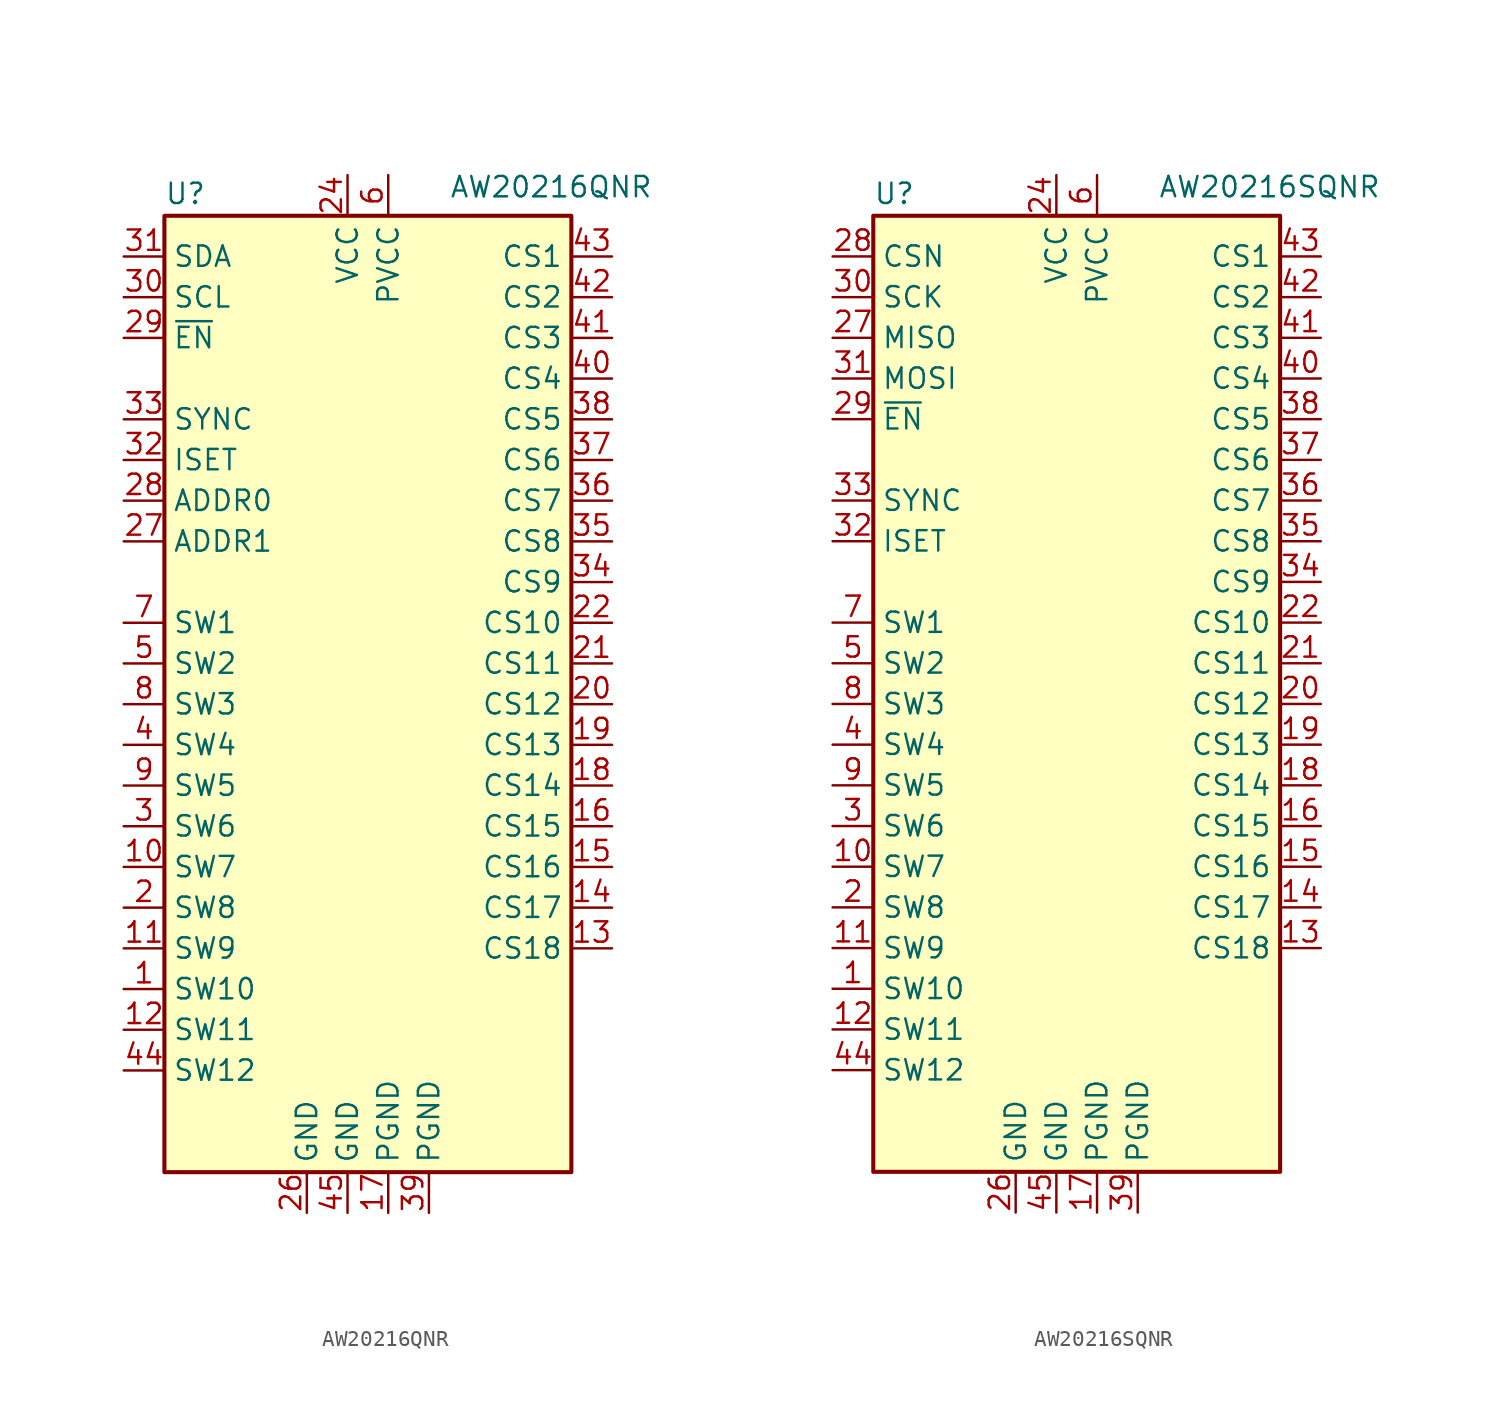
<source format=kicad_sym>
(kicad_symbol_lib
  (version 20231120)
  (generator "kicad_symbol_editor")
  (generator_version "8.0")
  (symbol "AW20216QNR"
    (property "Reference" "U"
      (at -12.7 33.655 0)
      (effects (font (size 1.27 1.27)) (justify left bottom)))
    (property "Value" "AW20216QNR"
      (at 5.08 35.56 0)
      (effects (font (size 1.27 1.27)) (justify left top)))
    (symbol "AW20216QNR_0_1"
      (rectangle (start -12.7 33.02) (end 12.7 -26.67) (stroke (width 0.254) (type default)) (fill (type background))))
    (symbol "AW20216QNR_1_1"
      (pin input line (at -15.24 -15.24 0) (length 2.54) (name "SW10" (effects (font (size 1.27 1.27)))) (number "1" (effects (font (size 1.27 1.27)))))
      (pin input line (at -15.24 -7.62 0) (length 2.54) (name "SW7" (effects (font (size 1.27 1.27)))) (number "10" (effects (font (size 1.27 1.27)))))
      (pin input line (at -15.24 -12.7 0) (length 2.54) (name "SW9" (effects (font (size 1.27 1.27)))) (number "11" (effects (font (size 1.27 1.27)))))
      (pin input line (at -15.24 -17.78 0) (length 2.54) (name "SW11" (effects (font (size 1.27 1.27)))) (number "12" (effects (font (size 1.27 1.27)))))
      (pin output line (at 15.24 -12.7 180) (length 2.54) (name "CS18" (effects (font (size 1.27 1.27)))) (number "13" (effects (font (size 1.27 1.27)))))
      (pin output line (at 15.24 -10.16 180) (length 2.54) (name "CS17" (effects (font (size 1.27 1.27)))) (number "14" (effects (font (size 1.27 1.27)))))
      (pin output line (at 15.24 -7.62 180) (length 2.54) (name "CS16" (effects (font (size 1.27 1.27)))) (number "15" (effects (font (size 1.27 1.27)))))
      (pin output line (at 15.24 -5.08 180) (length 2.54) (name "CS15" (effects (font (size 1.27 1.27)))) (number "16" (effects (font (size 1.27 1.27)))))
      (pin power_in line (at 1.27 -29.21 90) (length 2.54) (name "PGND" (effects (font (size 1.27 1.27)))) (number "17" (effects (font (size 1.27 1.27)))))
      (pin output line (at 15.24 -2.54 180) (length 2.54) (name "CS14" (effects (font (size 1.27 1.27)))) (number "18" (effects (font (size 1.27 1.27)))))
      (pin output line (at 15.24 0 180) (length 2.54) (name "CS13" (effects (font (size 1.27 1.27)))) (number "19" (effects (font (size 1.27 1.27)))))
      (pin input line (at -15.24 -10.16 0) (length 2.54) (name "SW8" (effects (font (size 1.27 1.27)))) (number "2" (effects (font (size 1.27 1.27)))))
      (pin output line (at 15.24 2.54 180) (length 2.54) (name "CS12" (effects (font (size 1.27 1.27)))) (number "20" (effects (font (size 1.27 1.27)))))
      (pin output line (at 15.24 5.08 180) (length 2.54) (name "CS11" (effects (font (size 1.27 1.27)))) (number "21" (effects (font (size 1.27 1.27)))))
      (pin output line (at 15.24 7.62 180) (length 2.54) (name "CS10" (effects (font (size 1.27 1.27)))) (number "22" (effects (font (size 1.27 1.27)))))
      (pin no_connect line (at 15.24 -17.78 180) (length 2.54) hide (name "NC" (effects (font (size 1.27 1.27)))) (number "23" (effects (font (size 1.27 1.27)))))
      (pin power_in line (at -1.27 35.56 270) (length 2.54) (name "VCC" (effects (font (size 1.27 1.27)))) (number "24" (effects (font (size 1.27 1.27)))))
      (pin no_connect line (at 15.24 -20.32 180) (length 2.54) hide (name "NC" (effects (font (size 1.27 1.27)))) (number "25" (effects (font (size 1.27 1.27)))))
      (pin power_in line (at -3.81 -29.21 90) (length 2.54) (name "GND" (effects (font (size 1.27 1.27)))) (number "26" (effects (font (size 1.27 1.27)))))
      (pin input line (at -15.24 12.7 0) (length 2.54) (name "ADDR1" (effects (font (size 1.27 1.27)))) (number "27" (effects (font (size 1.27 1.27)))))
      (pin input line (at -15.24 15.24 0) (length 2.54) (name "ADDR0" (effects (font (size 1.27 1.27)))) (number "28" (effects (font (size 1.27 1.27)))))
      (pin input line (at -15.24 25.4 0) (length 2.54) (name "~{EN}" (effects (font (size 1.27 1.27)))) (number "29" (effects (font (size 1.27 1.27)))))
      (pin input line (at -15.24 -5.08 0) (length 2.54) (name "SW6" (effects (font (size 1.27 1.27)))) (number "3" (effects (font (size 1.27 1.27)))))
      (pin input line (at -15.24 27.94 0) (length 2.54) (name "SCL" (effects (font (size 1.27 1.27)))) (number "30" (effects (font (size 1.27 1.27)))))
      (pin bidirectional line (at -15.24 30.48 0) (length 2.54) (name "SDA" (effects (font (size 1.27 1.27)))) (number "31" (effects (font (size 1.27 1.27)))))
      (pin passive line (at -15.24 17.78 0) (length 2.54) (name "ISET" (effects (font (size 1.27 1.27)))) (number "32" (effects (font (size 1.27 1.27)))))
      (pin input line (at -15.24 20.32 0) (length 2.54) (name "SYNC" (effects (font (size 1.27 1.27)))) (number "33" (effects (font (size 1.27 1.27)))))
      (pin output line (at 15.24 10.16 180) (length 2.54) (name "CS9" (effects (font (size 1.27 1.27)))) (number "34" (effects (font (size 1.27 1.27)))))
      (pin output line (at 15.24 12.7 180) (length 2.54) (name "CS8" (effects (font (size 1.27 1.27)))) (number "35" (effects (font (size 1.27 1.27)))))
      (pin output line (at 15.24 15.24 180) (length 2.54) (name "CS7" (effects (font (size 1.27 1.27)))) (number "36" (effects (font (size 1.27 1.27)))))
      (pin output line (at 15.24 17.78 180) (length 2.54) (name "CS6" (effects (font (size 1.27 1.27)))) (number "37" (effects (font (size 1.27 1.27)))))
      (pin output line (at 15.24 20.32 180) (length 2.54) (name "CS5" (effects (font (size 1.27 1.27)))) (number "38" (effects (font (size 1.27 1.27)))))
      (pin power_in line (at 3.81 -29.21 90) (length 2.54) (name "PGND" (effects (font (size 1.27 1.27)))) (number "39" (effects (font (size 1.27 1.27)))))
      (pin input line (at -15.24 0 0) (length 2.54) (name "SW4" (effects (font (size 1.27 1.27)))) (number "4" (effects (font (size 1.27 1.27)))))
      (pin output line (at 15.24 22.86 180) (length 2.54) (name "CS4" (effects (font (size 1.27 1.27)))) (number "40" (effects (font (size 1.27 1.27)))))
      (pin output line (at 15.24 25.4 180) (length 2.54) (name "CS3" (effects (font (size 1.27 1.27)))) (number "41" (effects (font (size 1.27 1.27)))))
      (pin output line (at 15.24 27.94 180) (length 2.54) (name "CS2" (effects (font (size 1.27 1.27)))) (number "42" (effects (font (size 1.27 1.27)))))
      (pin output line (at 15.24 30.48 180) (length 2.54) (name "CS1" (effects (font (size 1.27 1.27)))) (number "43" (effects (font (size 1.27 1.27)))))
      (pin input line (at -15.24 -20.32 0) (length 2.54) (name "SW12" (effects (font (size 1.27 1.27)))) (number "44" (effects (font (size 1.27 1.27)))))
      (pin power_in line (at -1.27 -29.21 90) (length 2.54) (name "GND" (effects (font (size 1.27 1.27)))) (number "45" (effects (font (size 1.27 1.27)))))
      (pin input line (at -15.24 5.08 0) (length 2.54) (name "SW2" (effects (font (size 1.27 1.27)))) (number "5" (effects (font (size 1.27 1.27)))))
      (pin power_in line (at 1.27 35.56 270) (length 2.54) (name "PVCC" (effects (font (size 1.27 1.27)))) (number "6" (effects (font (size 1.27 1.27)))))
      (pin input line (at -15.24 7.62 0) (length 2.54) (name "SW1" (effects (font (size 1.27 1.27)))) (number "7" (effects (font (size 1.27 1.27)))))
      (pin input line (at -15.24 2.54 0) (length 2.54) (name "SW3" (effects (font (size 1.27 1.27)))) (number "8" (effects (font (size 1.27 1.27)))))
      (pin input line (at -15.24 -2.54 0) (length 2.54) (name "SW5" (effects (font (size 1.27 1.27)))) (number "9" (effects (font (size 1.27 1.27)))))))
  (symbol "AW20216SQNR"
    (property "Reference" "U"
      (at -12.7 33.655 0)
      (effects (font (size 1.27 1.27)) (justify left bottom)))
    (property "Value" "AW20216SQNR"
      (at 5.08 35.56 0)
      (effects (font (size 1.27 1.27)) (justify left top)))
    (symbol "AW20216SQNR_0_1"
      (rectangle (start -12.7 33.02) (end 12.7 -26.67) (stroke (width 0.254) (type default)) (fill (type background))))
    (symbol "AW20216SQNR_1_1"
      (pin input line (at -15.24 -15.24 0) (length 2.54) (name "SW10" (effects (font (size 1.27 1.27)))) (number "1" (effects (font (size 1.27 1.27)))))
      (pin input line (at -15.24 -7.62 0) (length 2.54) (name "SW7" (effects (font (size 1.27 1.27)))) (number "10" (effects (font (size 1.27 1.27)))))
      (pin input line (at -15.24 -12.7 0) (length 2.54) (name "SW9" (effects (font (size 1.27 1.27)))) (number "11" (effects (font (size 1.27 1.27)))))
      (pin input line (at -15.24 -17.78 0) (length 2.54) (name "SW11" (effects (font (size 1.27 1.27)))) (number "12" (effects (font (size 1.27 1.27)))))
      (pin output line (at 15.24 -12.7 180) (length 2.54) (name "CS18" (effects (font (size 1.27 1.27)))) (number "13" (effects (font (size 1.27 1.27)))))
      (pin output line (at 15.24 -10.16 180) (length 2.54) (name "CS17" (effects (font (size 1.27 1.27)))) (number "14" (effects (font (size 1.27 1.27)))))
      (pin output line (at 15.24 -7.62 180) (length 2.54) (name "CS16" (effects (font (size 1.27 1.27)))) (number "15" (effects (font (size 1.27 1.27)))))
      (pin output line (at 15.24 -5.08 180) (length 2.54) (name "CS15" (effects (font (size 1.27 1.27)))) (number "16" (effects (font (size 1.27 1.27)))))
      (pin power_in line (at 1.27 -29.21 90) (length 2.54) (name "PGND" (effects (font (size 1.27 1.27)))) (number "17" (effects (font (size 1.27 1.27)))))
      (pin output line (at 15.24 -2.54 180) (length 2.54) (name "CS14" (effects (font (size 1.27 1.27)))) (number "18" (effects (font (size 1.27 1.27)))))
      (pin output line (at 15.24 0 180) (length 2.54) (name "CS13" (effects (font (size 1.27 1.27)))) (number "19" (effects (font (size 1.27 1.27)))))
      (pin input line (at -15.24 -10.16 0) (length 2.54) (name "SW8" (effects (font (size 1.27 1.27)))) (number "2" (effects (font (size 1.27 1.27)))))
      (pin output line (at 15.24 2.54 180) (length 2.54) (name "CS12" (effects (font (size 1.27 1.27)))) (number "20" (effects (font (size 1.27 1.27)))))
      (pin output line (at 15.24 5.08 180) (length 2.54) (name "CS11" (effects (font (size 1.27 1.27)))) (number "21" (effects (font (size 1.27 1.27)))))
      (pin output line (at 15.24 7.62 180) (length 2.54) (name "CS10" (effects (font (size 1.27 1.27)))) (number "22" (effects (font (size 1.27 1.27)))))
      (pin no_connect line (at 15.24 -17.78 180) (length 2.54) hide (name "NC" (effects (font (size 1.27 1.27)))) (number "23" (effects (font (size 1.27 1.27)))))
      (pin power_in line (at -1.27 35.56 270) (length 2.54) (name "VCC" (effects (font (size 1.27 1.27)))) (number "24" (effects (font (size 1.27 1.27)))))
      (pin no_connect line (at 15.24 -20.32 180) (length 2.54) hide (name "NC" (effects (font (size 1.27 1.27)))) (number "25" (effects (font (size 1.27 1.27)))))
      (pin power_in line (at -3.81 -29.21 90) (length 2.54) (name "GND" (effects (font (size 1.27 1.27)))) (number "26" (effects (font (size 1.27 1.27)))))
      (pin input line (at -15.24 25.4 0) (length 2.54) (name "MISO" (effects (font (size 1.27 1.27)))) (number "27" (effects (font (size 1.27 1.27)))))
      (pin bidirectional line (at -15.24 30.48 0) (length 2.54) (name "CSN" (effects (font (size 1.27 1.27)))) (number "28" (effects (font (size 1.27 1.27)))))
      (pin input line (at -15.24 20.32 0) (length 2.54) (name "~{EN}" (effects (font (size 1.27 1.27)))) (number "29" (effects (font (size 1.27 1.27)))))
      (pin input line (at -15.24 -5.08 0) (length 2.54) (name "SW6" (effects (font (size 1.27 1.27)))) (number "3" (effects (font (size 1.27 1.27)))))
      (pin input line (at -15.24 27.94 0) (length 2.54) (name "SCK" (effects (font (size 1.27 1.27)))) (number "30" (effects (font (size 1.27 1.27)))))
      (pin output line (at -15.24 22.86 0) (length 2.54) (name "MOSI" (effects (font (size 1.27 1.27)))) (number "31" (effects (font (size 1.27 1.27)))))
      (pin passive line (at -15.24 12.7 0) (length 2.54) (name "ISET" (effects (font (size 1.27 1.27)))) (number "32" (effects (font (size 1.27 1.27)))))
      (pin input line (at -15.24 15.24 0) (length 2.54) (name "SYNC" (effects (font (size 1.27 1.27)))) (number "33" (effects (font (size 1.27 1.27)))))
      (pin output line (at 15.24 10.16 180) (length 2.54) (name "CS9" (effects (font (size 1.27 1.27)))) (number "34" (effects (font (size 1.27 1.27)))))
      (pin output line (at 15.24 12.7 180) (length 2.54) (name "CS8" (effects (font (size 1.27 1.27)))) (number "35" (effects (font (size 1.27 1.27)))))
      (pin output line (at 15.24 15.24 180) (length 2.54) (name "CS7" (effects (font (size 1.27 1.27)))) (number "36" (effects (font (size 1.27 1.27)))))
      (pin output line (at 15.24 17.78 180) (length 2.54) (name "CS6" (effects (font (size 1.27 1.27)))) (number "37" (effects (font (size 1.27 1.27)))))
      (pin output line (at 15.24 20.32 180) (length 2.54) (name "CS5" (effects (font (size 1.27 1.27)))) (number "38" (effects (font (size 1.27 1.27)))))
      (pin power_in line (at 3.81 -29.21 90) (length 2.54) (name "PGND" (effects (font (size 1.27 1.27)))) (number "39" (effects (font (size 1.27 1.27)))))
      (pin input line (at -15.24 0 0) (length 2.54) (name "SW4" (effects (font (size 1.27 1.27)))) (number "4" (effects (font (size 1.27 1.27)))))
      (pin output line (at 15.24 22.86 180) (length 2.54) (name "CS4" (effects (font (size 1.27 1.27)))) (number "40" (effects (font (size 1.27 1.27)))))
      (pin output line (at 15.24 25.4 180) (length 2.54) (name "CS3" (effects (font (size 1.27 1.27)))) (number "41" (effects (font (size 1.27 1.27)))))
      (pin output line (at 15.24 27.94 180) (length 2.54) (name "CS2" (effects (font (size 1.27 1.27)))) (number "42" (effects (font (size 1.27 1.27)))))
      (pin output line (at 15.24 30.48 180) (length 2.54) (name "CS1" (effects (font (size 1.27 1.27)))) (number "43" (effects (font (size 1.27 1.27)))))
      (pin input line (at -15.24 -20.32 0) (length 2.54) (name "SW12" (effects (font (size 1.27 1.27)))) (number "44" (effects (font (size 1.27 1.27)))))
      (pin power_in line (at -1.27 -29.21 90) (length 2.54) (name "GND" (effects (font (size 1.27 1.27)))) (number "45" (effects (font (size 1.27 1.27)))))
      (pin input line (at -15.24 5.08 0) (length 2.54) (name "SW2" (effects (font (size 1.27 1.27)))) (number "5" (effects (font (size 1.27 1.27)))))
      (pin power_in line (at 1.27 35.56 270) (length 2.54) (name "PVCC" (effects (font (size 1.27 1.27)))) (number "6" (effects (font (size 1.27 1.27)))))
      (pin input line (at -15.24 7.62 0) (length 2.54) (name "SW1" (effects (font (size 1.27 1.27)))) (number "7" (effects (font (size 1.27 1.27)))))
      (pin input line (at -15.24 2.54 0) (length 2.54) (name "SW3" (effects (font (size 1.27 1.27)))) (number "8" (effects (font (size 1.27 1.27)))))
      (pin input line (at -15.24 -2.54 0) (length 2.54) (name "SW5" (effects (font (size 1.27 1.27)))) (number "9" (effects (font (size 1.27 1.27))))))))
</source>
